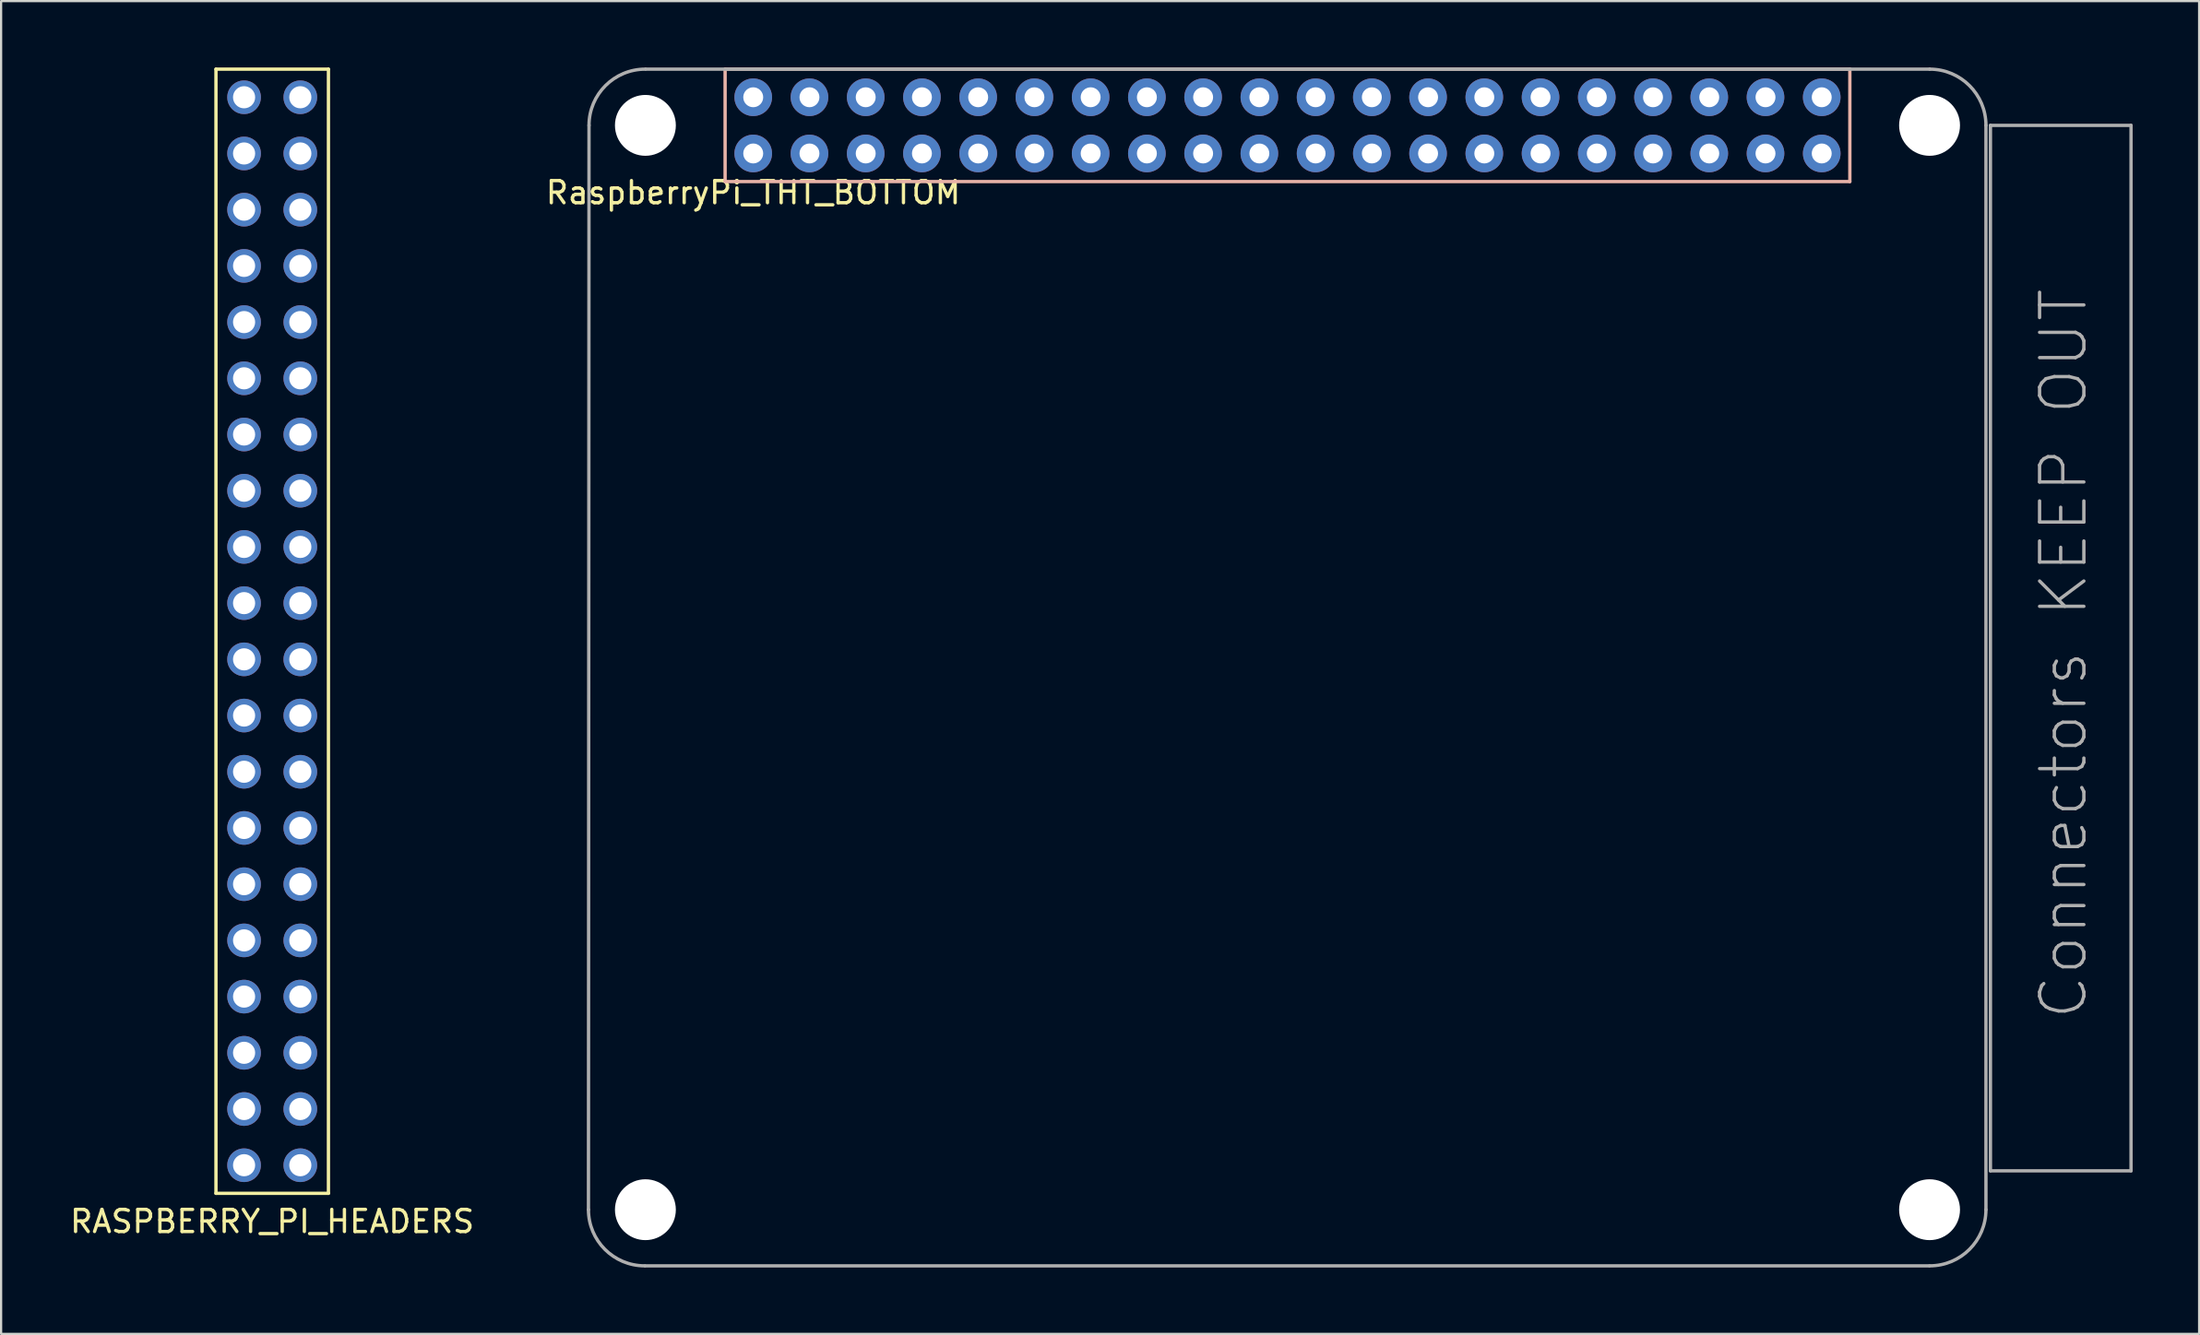
<source format=kicad_pcb>
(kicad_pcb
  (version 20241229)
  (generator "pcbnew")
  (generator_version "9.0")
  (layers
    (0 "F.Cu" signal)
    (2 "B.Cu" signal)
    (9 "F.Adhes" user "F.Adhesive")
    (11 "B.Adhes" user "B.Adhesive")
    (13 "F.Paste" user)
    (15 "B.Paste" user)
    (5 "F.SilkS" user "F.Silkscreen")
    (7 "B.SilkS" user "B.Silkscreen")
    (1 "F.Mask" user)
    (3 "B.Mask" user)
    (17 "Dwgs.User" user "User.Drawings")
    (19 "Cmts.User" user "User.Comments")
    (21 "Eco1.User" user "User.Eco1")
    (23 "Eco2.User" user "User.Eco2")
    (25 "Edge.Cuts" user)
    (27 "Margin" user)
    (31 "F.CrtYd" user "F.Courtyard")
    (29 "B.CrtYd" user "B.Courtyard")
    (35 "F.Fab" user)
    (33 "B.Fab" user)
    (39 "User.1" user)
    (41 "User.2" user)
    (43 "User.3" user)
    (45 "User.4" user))
  (footprint "RASPBERRY_PI_HEADERS"
    (layer "F.Cu")
    (at 6.704 50.875)
    (property "Reference" "RASPBERRY_PI_HEADERS" (at 2.54 1.27 0) (layer "F.SilkS") (effects (font (size 1 1) (thickness 0.15))))
    (attr through_hole)
    (fp_line (start 0 -50.8) (end 0 0) (stroke (width 0.15) (type solid)) (layer "F.SilkS"))
    (fp_line (start 0 0) (end 5.08 0) (stroke (width 0.15) (type solid)) (layer "F.SilkS"))
    (fp_line (start 5.08 -50.8) (end 0 -50.8) (stroke (width 0.15) (type solid)) (layer "F.SilkS"))
    (fp_line (start 5.08 0) (end 5.08 -50.8) (stroke (width 0.15) (type solid)) (layer "F.SilkS"))
    (pad "1" thru_hole circle (at 1.27 -49.53) (size 1.52 1.52) (drill 1) (layers "*.Cu" "*.Mask" "F.Paste"))
    (pad "2" thru_hole circle (at 3.81 -49.53) (size 1.52 1.52) (drill 1) (layers "*.Cu" "*.Mask" "F.Paste"))
    (pad "3" thru_hole circle (at 1.27 -46.99) (size 1.52 1.52) (drill 1) (layers "*.Cu" "*.Mask" "F.Paste"))
    (pad "4" thru_hole circle (at 3.81 -46.99) (size 1.52 1.52) (drill 1) (layers "*.Cu" "*.Mask" "F.Paste"))
    (pad "5" thru_hole circle (at 1.27 -44.45) (size 1.52 1.52) (drill 1) (layers "*.Cu" "*.Mask" "F.Paste"))
    (pad "6" thru_hole circle (at 3.81 -44.45) (size 1.52 1.52) (drill 1) (layers "*.Cu" "*.Mask" "F.Paste"))
    (pad "7" thru_hole circle (at 1.27 -41.91) (size 1.52 1.52) (drill 1) (layers "*.Cu" "*.Mask" "F.Paste"))
    (pad "8" thru_hole circle (at 3.81 -41.91) (size 1.52 1.52) (drill 1) (layers "*.Cu" "*.Mask" "F.Paste"))
    (pad "9" thru_hole circle (at 1.27 -39.37) (size 1.52 1.52) (drill 1) (layers "*.Cu" "*.Mask" "F.Paste"))
    (pad "10" thru_hole circle (at 3.81 -39.37) (size 1.52 1.52) (drill 1) (layers "*.Cu" "*.Mask" "F.Paste"))
    (pad "11" thru_hole circle (at 1.27 -36.83) (size 1.52 1.52) (drill 1) (layers "*.Cu" "*.Mask" "F.Paste"))
    (pad "12" thru_hole circle (at 3.81 -36.83) (size 1.52 1.52) (drill 1) (layers "*.Cu" "*.Mask" "F.Paste"))
    (pad "13" thru_hole circle (at 1.27 -34.29) (size 1.52 1.52) (drill 1) (layers "*.Cu" "*.Mask" "F.Paste"))
    (pad "14" thru_hole circle (at 3.81 -34.29) (size 1.52 1.52) (drill 1) (layers "*.Cu" "*.Mask" "F.Paste"))
    (pad "15" thru_hole circle (at 1.27 -31.75) (size 1.52 1.52) (drill 1) (layers "*.Cu" "*.Mask" "F.Paste"))
    (pad "16" thru_hole circle (at 3.81 -31.75) (size 1.52 1.52) (drill 1) (layers "*.Cu" "*.Mask" "F.Paste"))
    (pad "17" thru_hole circle (at 1.27 -29.21) (size 1.52 1.52) (drill 1) (layers "*.Cu" "*.Mask" "F.Paste"))
    (pad "18" thru_hole circle (at 3.81 -29.21) (size 1.52 1.52) (drill 1) (layers "*.Cu" "*.Mask" "F.Paste"))
    (pad "19" thru_hole circle (at 1.27 -26.67) (size 1.52 1.52) (drill 1) (layers "*.Cu" "*.Mask" "F.Paste"))
    (pad "20" thru_hole circle (at 3.81 -26.67) (size 1.52 1.52) (drill 1) (layers "*.Cu" "*.Mask" "F.Paste"))
    (pad "21" thru_hole circle (at 1.27 -24.13) (size 1.52 1.52) (drill 1) (layers "*.Cu" "*.Mask" "F.Paste"))
    (pad "22" thru_hole circle (at 3.81 -24.13) (size 1.52 1.52) (drill 1) (layers "*.Cu" "*.Mask" "F.Paste"))
    (pad "23" thru_hole circle (at 1.27 -21.59) (size 1.52 1.52) (drill 1) (layers "*.Cu" "*.Mask" "F.Paste"))
    (pad "24" thru_hole circle (at 3.81 -21.59) (size 1.52 1.52) (drill 1) (layers "*.Cu" "*.Mask" "F.Paste"))
    (pad "25" thru_hole circle (at 1.27 -19.05) (size 1.52 1.52) (drill 1) (layers "*.Cu" "*.Mask" "F.Paste"))
    (pad "26" thru_hole circle (at 3.81 -19.05) (size 1.52 1.52) (drill 1) (layers "*.Cu" "*.Mask" "F.Paste"))
    (pad "27" thru_hole circle (at 1.27 -16.51) (size 1.52 1.52) (drill 1) (layers "*.Cu" "*.Mask" "F.Paste"))
    (pad "28" thru_hole circle (at 3.81 -16.51) (size 1.52 1.52) (drill 1) (layers "*.Cu" "*.Mask" "F.Paste"))
    (pad "29" thru_hole circle (at 1.27 -13.97) (size 1.52 1.52) (drill 1) (layers "*.Cu" "*.Mask" "F.Paste"))
    (pad "30" thru_hole circle (at 3.81 -13.97) (size 1.52 1.52) (drill 1) (layers "*.Cu" "*.Mask" "F.Paste"))
    (pad "31" thru_hole circle (at 1.27 -11.43) (size 1.52 1.52) (drill 1) (layers "*.Cu" "*.Mask" "F.Paste"))
    (pad "32" thru_hole circle (at 3.81 -11.43) (size 1.52 1.52) (drill 1) (layers "*.Cu" "*.Mask" "F.Paste"))
    (pad "33" thru_hole circle (at 1.27 -8.89) (size 1.52 1.52) (drill 1) (layers "*.Cu" "*.Mask" "F.Paste"))
    (pad "34" thru_hole circle (at 3.81 -8.89) (size 1.52 1.52) (drill 1) (layers "*.Cu" "*.Mask" "F.Paste"))
    (pad "35" thru_hole circle (at 1.27 -6.35) (size 1.52 1.52) (drill 1) (layers "*.Cu" "*.Mask" "F.Paste"))
    (pad "36" thru_hole circle (at 3.81 -6.35) (size 1.52 1.52) (drill 1) (layers "*.Cu" "*.Mask" "F.Paste"))
    (pad "37" thru_hole circle (at 1.27 -3.81) (size 1.52 1.52) (drill 1) (layers "*.Cu" "*.Mask" "F.Paste"))
    (pad "38" thru_hole circle (at 3.81 -3.81) (size 1.52 1.52) (drill 1) (layers "*.Cu" "*.Mask" "F.Paste"))
    (pad "39" thru_hole circle (at 1.27 -1.27) (size 1.52 1.52) (drill 1) (layers "*.Cu" "*.Mask" "F.Paste"))
    (pad "40" thru_hole circle (at 3.81 -1.27) (size 1.52 1.52) (drill 1) (layers "*.Cu" "*.Mask" "F.Paste")))
  (footprint "RaspberryPi_THT_BOTTOM"
    (layer "F.Cu")
    (at 55.1 2.615)
    (property "Reference" "RaspberryPi_THT_BOTTOM" (at -24.13 3.04 0) (layer "F.SilkS") (effects (font (size 1 1) (thickness 0.15))))
    (attr through_hole)
    (fp_line (start -25.4 -2.54) (end -25.4 2.54) (stroke (width 0.15) (type solid)) (layer "B.SilkS"))
    (fp_line (start -25.4 2.54) (end 25.4 2.54) (stroke (width 0.15) (type solid)) (layer "B.SilkS"))
    (fp_line (start 25.4 -2.54) (end -25.4 -2.54) (stroke (width 0.15) (type solid)) (layer "B.SilkS"))
    (fp_line (start 25.4 2.54) (end 25.4 -2.54) (stroke (width 0.15) (type solid)) (layer "B.SilkS"))
    (fp_line (start -31.572 48.997) (end -31.547 0) (stroke (width 0.15) (type solid)) (layer "F.Fab"))
    (fp_line (start -28.981 -2.54) (end 29.007 -2.54) (stroke (width 0.15) (type solid)) (layer "F.Fab"))
    (fp_line (start 28.981 51.537) (end -29.007 51.537) (stroke (width 0.15) (type solid)) (layer "F.Fab"))
    (fp_line (start 31.547 0) (end 31.547 48.997) (stroke (width 0.15) (type solid)) (layer "F.Fab"))
    (fp_line (start 31.75 0) (end 31.75 47.244) (stroke (width 0.15) (type solid)) (layer "F.Fab"))
    (fp_line (start 31.75 47.244) (end 38.1 47.244) (stroke (width 0.15) (type solid)) (layer "F.Fab"))
    (fp_line (start 38.1 0) (end 31.75 0) (stroke (width 0.15) (type solid)) (layer "F.Fab"))
    (fp_line (start 38.1 47.244) (end 38.1 0) (stroke (width 0.15) (type solid)) (layer "F.Fab"))
    (fp_arc (start -31.5468 0) (mid -30.802851 -1.796051) (end -29.0068 -2.54) (stroke (width 0.15) (type solid)) (layer "F.Fab"))
    (fp_arc (start -29.0322 51.5366) (mid -30.828251 50.792651) (end -31.5722 48.9966) (stroke (width 0.15) (type solid)) (layer "F.Fab"))
    (fp_arc (start 29.0068 -2.54) (mid 30.802851 -1.796051) (end 31.5468 0) (stroke (width 0.15) (type solid)) (layer "F.Fab"))
    (fp_arc (start 31.5468 48.9966) (mid 30.802851 50.792651) (end 29.0068 51.5366) (stroke (width 0.15) (type solid)) (layer "F.Fab"))
    (fp_text user "Connectors KEEP OUT" (at 35.052 23.876 90) (layer "F.Fab") (effects (font (size 2 2) (thickness 0.15))))
    (pad "" np_thru_hole circle (at -29 0) (size 2.75 2.75) (drill 2.75) (layers "*.Cu" "*.Mask"))
    (pad "" np_thru_hole circle (at -29 49) (size 2.75 2.75) (drill 2.75) (layers "*.Cu" "*.Mask"))
    (pad "" np_thru_hole circle (at 29 0) (size 2.75 2.75) (drill 2.75) (layers "*.Cu" "*.Mask"))
    (pad "" np_thru_hole circle (at 29 49) (size 2.75 2.75) (drill 2.75) (layers "*.Cu" "*.Mask"))
    (pad "1" thru_hole circle (at -24.13 1.27) (size 1.7 1.7) (drill 0.9) (layers "*.Cu" "*.Mask"))
    (pad "2" thru_hole circle (at -24.13 -1.27) (size 1.7 1.7) (drill 0.9) (layers "*.Cu" "*.Mask"))
    (pad "3" thru_hole circle (at -21.59 1.27) (size 1.7 1.7) (drill 0.9) (layers "*.Cu" "*.Mask"))
    (pad "4" thru_hole circle (at -21.59 -1.27) (size 1.7 1.7) (drill 0.9) (layers "*.Cu" "*.Mask"))
    (pad "5" thru_hole circle (at -19.05 1.27) (size 1.7 1.7) (drill 0.9) (layers "*.Cu" "*.Mask"))
    (pad "6" thru_hole circle (at -19.05 -1.27) (size 1.7 1.7) (drill 0.9) (layers "*.Cu" "*.Mask"))
    (pad "7" thru_hole circle (at -16.51 1.27) (size 1.7 1.7) (drill 0.9) (layers "*.Cu" "*.Mask"))
    (pad "8" thru_hole circle (at -16.51 -1.27) (size 1.7 1.7) (drill 0.9) (layers "*.Cu" "*.Mask"))
    (pad "9" thru_hole circle (at -13.97 1.27) (size 1.7 1.7) (drill 0.9) (layers "*.Cu" "*.Mask"))
    (pad "10" thru_hole circle (at -13.97 -1.27) (size 1.7 1.7) (drill 0.9) (layers "*.Cu" "*.Mask"))
    (pad "11" thru_hole circle (at -11.43 1.27) (size 1.7 1.7) (drill 0.9) (layers "*.Cu" "*.Mask"))
    (pad "12" thru_hole circle (at -11.43 -1.27) (size 1.7 1.7) (drill 0.9) (layers "*.Cu" "*.Mask"))
    (pad "13" thru_hole circle (at -8.89 1.27) (size 1.7 1.7) (drill 0.9) (layers "*.Cu" "*.Mask"))
    (pad "14" thru_hole circle (at -8.89 -1.27) (size 1.7 1.7) (drill 0.9) (layers "*.Cu" "*.Mask"))
    (pad "15" thru_hole circle (at -6.35 1.27) (size 1.7 1.7) (drill 0.9) (layers "*.Cu" "*.Mask"))
    (pad "16" thru_hole circle (at -6.35 -1.27) (size 1.7 1.7) (drill 0.9) (layers "*.Cu" "*.Mask"))
    (pad "17" thru_hole circle (at -3.81 1.27) (size 1.7 1.7) (drill 0.9) (layers "*.Cu" "*.Mask"))
    (pad "18" thru_hole circle (at -3.81 -1.27) (size 1.7 1.7) (drill 0.9) (layers "*.Cu" "*.Mask"))
    (pad "19" thru_hole circle (at -1.27 1.27) (size 1.7 1.7) (drill 0.9) (layers "*.Cu" "*.Mask"))
    (pad "20" thru_hole circle (at -1.27 -1.27) (size 1.7 1.7) (drill 0.9) (layers "*.Cu" "*.Mask"))
    (pad "21" thru_hole circle (at 1.27 1.27) (size 1.7 1.7) (drill 0.9) (layers "*.Cu" "*.Mask"))
    (pad "22" thru_hole circle (at 1.27 -1.27) (size 1.7 1.7) (drill 0.9) (layers "*.Cu" "*.Mask"))
    (pad "23" thru_hole circle (at 3.81 1.27) (size 1.7 1.7) (drill 0.9) (layers "*.Cu" "*.Mask"))
    (pad "24" thru_hole circle (at 3.81 -1.27) (size 1.7 1.7) (drill 0.9) (layers "*.Cu" "*.Mask"))
    (pad "25" thru_hole circle (at 6.35 1.27) (size 1.7 1.7) (drill 0.9) (layers "*.Cu" "*.Mask"))
    (pad "26" thru_hole circle (at 6.35 -1.27) (size 1.7 1.7) (drill 0.9) (layers "*.Cu" "*.Mask"))
    (pad "27" thru_hole circle (at 8.89 1.27) (size 1.7 1.7) (drill 0.9) (layers "*.Cu" "*.Mask"))
    (pad "28" thru_hole circle (at 8.89 -1.27) (size 1.7 1.7) (drill 0.9) (layers "*.Cu" "*.Mask"))
    (pad "29" thru_hole circle (at 11.43 1.27) (size 1.7 1.7) (drill 0.9) (layers "*.Cu" "*.Mask"))
    (pad "30" thru_hole circle (at 11.43 -1.27) (size 1.7 1.7) (drill 0.9) (layers "*.Cu" "*.Mask"))
    (pad "31" thru_hole circle (at 13.97 1.27) (size 1.7 1.7) (drill 0.9) (layers "*.Cu" "*.Mask"))
    (pad "32" thru_hole circle (at 13.97 -1.27) (size 1.7 1.7) (drill 0.9) (layers "*.Cu" "*.Mask"))
    (pad "33" thru_hole circle (at 16.51 1.27) (size 1.7 1.7) (drill 0.9) (layers "*.Cu" "*.Mask"))
    (pad "34" thru_hole circle (at 16.51 -1.27) (size 1.7 1.7) (drill 0.9) (layers "*.Cu" "*.Mask"))
    (pad "35" thru_hole circle (at 19.05 1.27) (size 1.7 1.7) (drill 0.9) (layers "*.Cu" "*.Mask"))
    (pad "36" thru_hole circle (at 19.05 -1.27) (size 1.7 1.7) (drill 0.9) (layers "*.Cu" "*.Mask"))
    (pad "37" thru_hole circle (at 21.59 1.27) (size 1.7 1.7) (drill 0.9) (layers "*.Cu" "*.Mask"))
    (pad "38" thru_hole circle (at 21.59 -1.27) (size 1.7 1.7) (drill 0.9) (layers "*.Cu" "*.Mask"))
    (pad "39" thru_hole circle (at 24.13 1.27) (size 1.7 1.7) (drill 0.9) (layers "*.Cu" "*.Mask"))
    (pad "40" thru_hole circle (at 24.13 -1.27) (size 1.7 1.7) (drill 0.9) (layers "*.Cu" "*.Mask")))
  (gr_rect
    (start -3 -3)
    (end 96.275 57.227)
    (stroke (width 0.1) (type default))
    (fill no)
    (layer "Edge.Cuts")))
</source>
